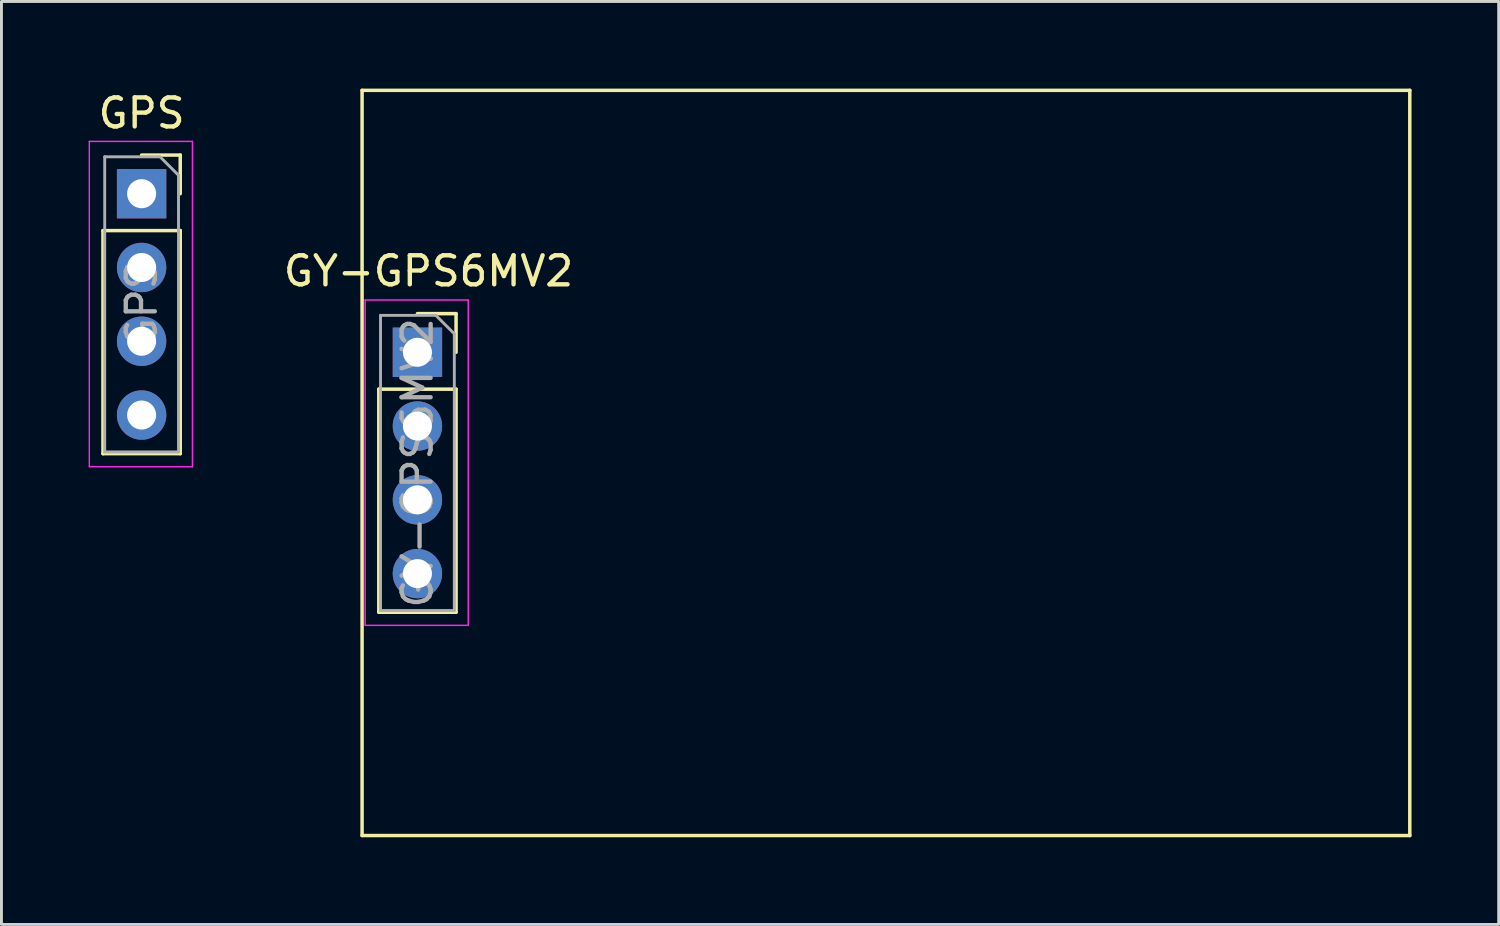
<source format=kicad_pcb>
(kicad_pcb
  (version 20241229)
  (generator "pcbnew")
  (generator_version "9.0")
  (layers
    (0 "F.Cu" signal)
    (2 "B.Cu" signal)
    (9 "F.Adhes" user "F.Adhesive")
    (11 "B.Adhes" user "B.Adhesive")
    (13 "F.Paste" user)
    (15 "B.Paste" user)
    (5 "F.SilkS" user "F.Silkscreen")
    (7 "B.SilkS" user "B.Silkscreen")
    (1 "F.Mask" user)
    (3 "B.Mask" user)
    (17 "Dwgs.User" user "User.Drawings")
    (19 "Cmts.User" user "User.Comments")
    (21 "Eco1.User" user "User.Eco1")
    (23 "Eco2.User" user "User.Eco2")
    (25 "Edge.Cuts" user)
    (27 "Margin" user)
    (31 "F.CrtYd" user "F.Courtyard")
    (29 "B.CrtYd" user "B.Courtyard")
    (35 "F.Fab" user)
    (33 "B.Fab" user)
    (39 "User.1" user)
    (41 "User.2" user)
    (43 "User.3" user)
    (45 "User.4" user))
  (footprint "GPS"
    (layer "F.Cu")
    (at 1.825 3.618)
    (property "Reference" "GPS" (at 0 -2.77 0) (layer "F.SilkS") (effects (font (size 1 1) (thickness 0.15))))
    (attr through_hole)
    (fp_line (start -1.33 1.27) (end -1.33 8.95) (stroke (width 0.12) (type solid)) (layer "F.SilkS"))
    (fp_line (start -1.33 1.27) (end 1.33 1.27) (stroke (width 0.12) (type solid)) (layer "F.SilkS"))
    (fp_line (start -1.33 8.95) (end 1.33 8.95) (stroke (width 0.12) (type solid)) (layer "F.SilkS"))
    (fp_line (start 0 -1.33) (end 1.33 -1.33) (stroke (width 0.12) (type solid)) (layer "F.SilkS"))
    (fp_line (start 1.33 -1.33) (end 1.33 0) (stroke (width 0.12) (type solid)) (layer "F.SilkS"))
    (fp_line (start 1.33 1.27) (end 1.33 8.95) (stroke (width 0.12) (type solid)) (layer "F.SilkS"))
    (fp_line (start -1.8 -1.8) (end 1.75 -1.8) (stroke (width 0.05) (type solid)) (layer "F.CrtYd"))
    (fp_line (start -1.8 9.4) (end -1.8 -1.8) (stroke (width 0.05) (type solid)) (layer "F.CrtYd"))
    (fp_line (start 1.75 -1.8) (end 1.75 9.4) (stroke (width 0.05) (type solid)) (layer "F.CrtYd"))
    (fp_line (start 1.75 9.4) (end -1.8 9.4) (stroke (width 0.05) (type solid)) (layer "F.CrtYd"))
    (fp_line (start -1.27 -1.27) (end 0.635 -1.27) (stroke (width 0.1) (type solid)) (layer "F.Fab"))
    (fp_line (start -1.27 8.89) (end -1.27 -1.27) (stroke (width 0.1) (type solid)) (layer "F.Fab"))
    (fp_line (start 0.635 -1.27) (end 1.27 -0.635) (stroke (width 0.1) (type solid)) (layer "F.Fab"))
    (fp_line (start 1.27 -0.635) (end 1.27 8.89) (stroke (width 0.1) (type solid)) (layer "F.Fab"))
    (fp_line (start 1.27 8.89) (end -1.27 8.89) (stroke (width 0.1) (type solid)) (layer "F.Fab"))
    (fp_text user "${REFERENCE}" (at 0 3.81 90) (layer "F.Fab") (effects (font (size 1 1) (thickness 0.15))))
    (pad "1" thru_hole rect (at 0 0) (size 1.7 1.7) (drill 1) (layers "*.Cu" "*.Mask"))
    (pad "2" thru_hole oval (at 0 2.54) (size 1.7 1.7) (drill 1) (layers "*.Cu" "*.Mask"))
    (pad "3" thru_hole oval (at 0 5.08) (size 1.7 1.7) (drill 1) (layers "*.Cu" "*.Mask"))
    (pad "4" thru_hole oval (at 0 7.62) (size 1.7 1.7) (drill 1) (layers "*.Cu" "*.Mask")))
  (footprint "GY-GPS6MV2"
    (layer "F.Cu")
    (at 11.32 9.077)
    (property "Reference" "GY-GPS6MV2" (at 0.381 -2.794 0) (layer "F.SilkS") (effects (font (size 1 1) (thickness 0.15))))
    (attr through_hole)
    (fp_line (start -1.905 -9.017) (end -1.905 16.637) (stroke (width 0.12) (type solid)) (layer "F.SilkS"))
    (fp_line (start -1.905 -9.017) (end 34.163 -9.017) (stroke (width 0.12) (type solid)) (layer "F.SilkS"))
    (fp_line (start -1.33 1.27) (end -1.33 8.95) (stroke (width 0.12) (type solid)) (layer "F.SilkS"))
    (fp_line (start -1.33 1.27) (end 1.33 1.27) (stroke (width 0.12) (type solid)) (layer "F.SilkS"))
    (fp_line (start -1.33 8.95) (end 1.33 8.95) (stroke (width 0.12) (type solid)) (layer "F.SilkS"))
    (fp_line (start 0 -1.33) (end 1.33 -1.33) (stroke (width 0.12) (type solid)) (layer "F.SilkS"))
    (fp_line (start 1.33 -1.33) (end 1.33 0) (stroke (width 0.12) (type solid)) (layer "F.SilkS"))
    (fp_line (start 1.33 1.27) (end 1.33 8.95) (stroke (width 0.12) (type solid)) (layer "F.SilkS"))
    (fp_line (start 34.163 -9.017) (end 34.163 16.637) (stroke (width 0.12) (type solid)) (layer "F.SilkS"))
    (fp_line (start 34.163 16.637) (end -1.905 16.637) (stroke (width 0.12) (type solid)) (layer "F.SilkS"))
    (fp_line (start -1.8 -1.8) (end 1.75 -1.8) (stroke (width 0.05) (type solid)) (layer "F.CrtYd"))
    (fp_line (start -1.8 9.4) (end -1.8 -1.8) (stroke (width 0.05) (type solid)) (layer "F.CrtYd"))
    (fp_line (start 1.75 -1.8) (end 1.75 9.4) (stroke (width 0.05) (type solid)) (layer "F.CrtYd"))
    (fp_line (start 1.75 9.4) (end -1.8 9.4) (stroke (width 0.05) (type solid)) (layer "F.CrtYd"))
    (fp_line (start -1.27 -1.27) (end 0.635 -1.27) (stroke (width 0.1) (type solid)) (layer "F.Fab"))
    (fp_line (start -1.27 8.89) (end -1.27 -1.27) (stroke (width 0.1) (type solid)) (layer "F.Fab"))
    (fp_line (start 0.635 -1.27) (end 1.27 -0.635) (stroke (width 0.1) (type solid)) (layer "F.Fab"))
    (fp_line (start 1.27 -0.635) (end 1.27 8.89) (stroke (width 0.1) (type solid)) (layer "F.Fab"))
    (fp_line (start 1.27 8.89) (end -1.27 8.89) (stroke (width 0.1) (type solid)) (layer "F.Fab"))
    (fp_text user "${REFERENCE}" (at 0 3.81 90) (layer "F.Fab") (effects (font (size 1 1) (thickness 0.15))))
    (pad "1" thru_hole rect (at 0 0) (size 1.7 1.7) (drill 1) (layers "*.Cu" "*.Mask"))
    (pad "2" thru_hole oval (at 0 2.54) (size 1.7 1.7) (drill 1) (layers "*.Cu" "*.Mask"))
    (pad "3" thru_hole oval (at 0 5.08) (size 1.7 1.7) (drill 1) (layers "*.Cu" "*.Mask"))
    (pad "4" thru_hole oval (at 0 7.62) (size 1.7 1.7) (drill 1) (layers "*.Cu" "*.Mask")))
  (gr_rect
    (start -3 -3)
    (end 48.543 28.774)
    (stroke (width 0.1) (type default))
    (fill no)
    (layer "Edge.Cuts")))
</source>
